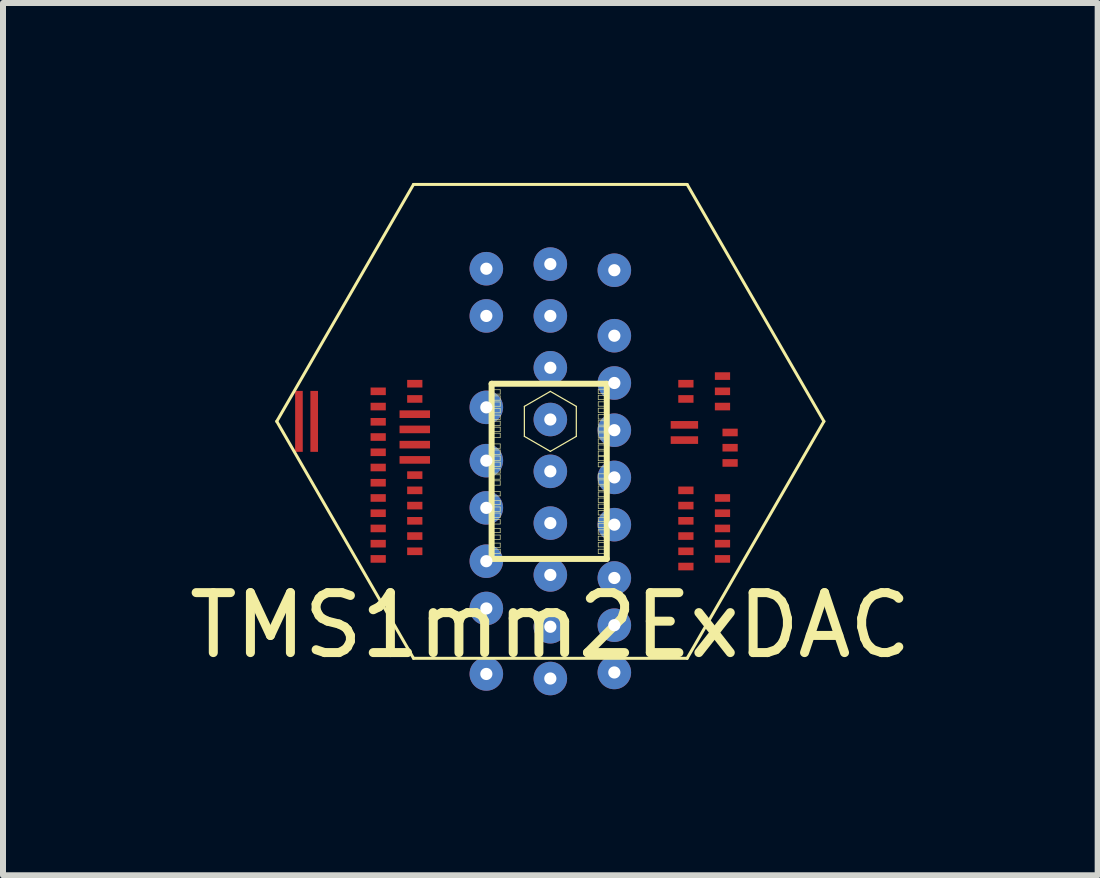
<source format=kicad_pcb>
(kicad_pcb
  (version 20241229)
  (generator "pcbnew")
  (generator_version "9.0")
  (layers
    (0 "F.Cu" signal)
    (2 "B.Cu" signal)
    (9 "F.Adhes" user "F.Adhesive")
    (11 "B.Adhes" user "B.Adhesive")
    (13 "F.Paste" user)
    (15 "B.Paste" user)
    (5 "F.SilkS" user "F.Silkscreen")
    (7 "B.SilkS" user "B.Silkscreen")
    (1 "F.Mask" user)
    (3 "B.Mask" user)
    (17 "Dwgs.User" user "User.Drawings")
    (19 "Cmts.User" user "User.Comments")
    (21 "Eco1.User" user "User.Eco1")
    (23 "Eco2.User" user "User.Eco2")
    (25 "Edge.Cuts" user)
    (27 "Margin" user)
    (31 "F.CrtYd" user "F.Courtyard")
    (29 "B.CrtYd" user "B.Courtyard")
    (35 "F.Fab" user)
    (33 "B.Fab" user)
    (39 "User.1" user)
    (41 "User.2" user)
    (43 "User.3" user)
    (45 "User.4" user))
  (footprint "TMS1mm2ExDAC"
    (layer "F.Cu")
    (at 6.125 3.975)
    (property "Reference" "TMS1mm2ExDAC" (at 0 3.4 0) (layer "F.SilkS") (effects (font (size 1 1) (thickness 0.15))))
    (attr through_hole)
    (fp_line (start -4.561 0) (end -2.281 -3.95) (stroke (width 0.05) (type solid)) (layer "F.SilkS"))
    (fp_line (start -2.281 -3.95) (end 2.281 -3.95) (stroke (width 0.05) (type solid)) (layer "F.SilkS"))
    (fp_line (start -2.281 3.95) (end -4.561 0) (stroke (width 0.05) (type solid)) (layer "F.SilkS"))
    (fp_line (start -0.979 -0.627) (end 0.941 -0.627) (stroke (width 0.1) (type solid)) (layer "F.SilkS"))
    (fp_line (start -0.979 2.293) (end -0.979 -0.627) (stroke (width 0.1) (type solid)) (layer "F.SilkS"))
    (fp_line (start -0.952 -0.527) (end -0.836 -0.527) (stroke (width 0.01) (type solid)) (layer "F.SilkS"))
    (fp_line (start -0.952 -0.455) (end -0.952 -0.527) (stroke (width 0.01) (type solid)) (layer "F.SilkS"))
    (fp_line (start -0.952 -0.425) (end -0.836 -0.425) (stroke (width 0.01) (type solid)) (layer "F.SilkS"))
    (fp_line (start -0.952 -0.353) (end -0.952 -0.425) (stroke (width 0.01) (type solid)) (layer "F.SilkS"))
    (fp_line (start -0.952 -0.324) (end -0.836 -0.324) (stroke (width 0.01) (type solid)) (layer "F.SilkS"))
    (fp_line (start -0.952 -0.252) (end -0.952 -0.324) (stroke (width 0.01) (type solid)) (layer "F.SilkS"))
    (fp_line (start -0.952 -0.214) (end -0.836 -0.214) (stroke (width 0.01) (type solid)) (layer "F.SilkS"))
    (fp_line (start -0.952 -0.142) (end -0.952 -0.214) (stroke (width 0.01) (type solid)) (layer "F.SilkS"))
    (fp_line (start -0.952 -0.105) (end -0.836 -0.105) (stroke (width 0.01) (type solid)) (layer "F.SilkS"))
    (fp_line (start -0.952 -0.033) (end -0.952 -0.105) (stroke (width 0.01) (type solid)) (layer "F.SilkS"))
    (fp_line (start -0.952 -0.004) (end -0.836 -0.004) (stroke (width 0.01) (type solid)) (layer "F.SilkS"))
    (fp_line (start -0.952 0.068) (end -0.952 -0.004) (stroke (width 0.01) (type solid)) (layer "F.SilkS"))
    (fp_line (start -0.952 0.096) (end -0.836 0.096) (stroke (width 0.01) (type solid)) (layer "F.SilkS"))
    (fp_line (start -0.952 0.168) (end -0.952 0.096) (stroke (width 0.01) (type solid)) (layer "F.SilkS"))
    (fp_line (start -0.952 0.197) (end -0.836 0.197) (stroke (width 0.01) (type solid)) (layer "F.SilkS"))
    (fp_line (start -0.952 0.269) (end -0.952 0.197) (stroke (width 0.01) (type solid)) (layer "F.SilkS"))
    (fp_line (start -0.952 0.376) (end -0.836 0.376) (stroke (width 0.01) (type solid)) (layer "F.SilkS"))
    (fp_line (start -0.952 0.448) (end -0.952 0.376) (stroke (width 0.01) (type solid)) (layer "F.SilkS"))
    (fp_line (start -0.952 0.477) (end -0.836 0.477) (stroke (width 0.01) (type solid)) (layer "F.SilkS"))
    (fp_line (start -0.952 0.549) (end -0.952 0.477) (stroke (width 0.01) (type solid)) (layer "F.SilkS"))
    (fp_line (start -0.952 0.578) (end -0.836 0.578) (stroke (width 0.01) (type solid)) (layer "F.SilkS"))
    (fp_line (start -0.952 0.65) (end -0.952 0.578) (stroke (width 0.01) (type solid)) (layer "F.SilkS"))
    (fp_line (start -0.952 0.679) (end -0.836 0.679) (stroke (width 0.01) (type solid)) (layer "F.SilkS"))
    (fp_line (start -0.952 0.751) (end -0.952 0.679) (stroke (width 0.01) (type solid)) (layer "F.SilkS"))
    (fp_line (start -0.952 0.79) (end -0.836 0.79) (stroke (width 0.01) (type solid)) (layer "F.SilkS"))
    (fp_line (start -0.952 0.862) (end -0.952 0.79) (stroke (width 0.01) (type solid)) (layer "F.SilkS"))
    (fp_line (start -0.952 0.891) (end -0.836 0.891) (stroke (width 0.01) (type solid)) (layer "F.SilkS"))
    (fp_line (start -0.952 0.963) (end -0.952 0.891) (stroke (width 0.01) (type solid)) (layer "F.SilkS"))
    (fp_line (start -0.952 0.991) (end -0.836 0.991) (stroke (width 0.01) (type solid)) (layer "F.SilkS"))
    (fp_line (start -0.952 1.063) (end -0.952 0.991) (stroke (width 0.01) (type solid)) (layer "F.SilkS"))
    (fp_line (start -0.952 1.171) (end -0.836 1.171) (stroke (width 0.01) (type solid)) (layer "F.SilkS"))
    (fp_line (start -0.952 1.243) (end -0.952 1.171) (stroke (width 0.01) (type solid)) (layer "F.SilkS"))
    (fp_line (start -0.952 1.316) (end -0.836 1.316) (stroke (width 0.01) (type solid)) (layer "F.SilkS"))
    (fp_line (start -0.952 1.388) (end -0.952 1.316) (stroke (width 0.01) (type solid)) (layer "F.SilkS"))
    (fp_line (start -0.952 1.427) (end -0.836 1.427) (stroke (width 0.01) (type solid)) (layer "F.SilkS"))
    (fp_line (start -0.952 1.499) (end -0.952 1.427) (stroke (width 0.01) (type solid)) (layer "F.SilkS"))
    (fp_line (start -0.952 1.528) (end -0.836 1.528) (stroke (width 0.01) (type solid)) (layer "F.SilkS"))
    (fp_line (start -0.952 1.6) (end -0.952 1.528) (stroke (width 0.01) (type solid)) (layer "F.SilkS"))
    (fp_line (start -0.952 1.639) (end -0.836 1.639) (stroke (width 0.01) (type solid)) (layer "F.SilkS"))
    (fp_line (start -0.952 1.711) (end -0.952 1.639) (stroke (width 0.01) (type solid)) (layer "F.SilkS"))
    (fp_line (start -0.952 1.784) (end -0.836 1.784) (stroke (width 0.01) (type solid)) (layer "F.SilkS"))
    (fp_line (start -0.952 1.856) (end -0.952 1.784) (stroke (width 0.01) (type solid)) (layer "F.SilkS"))
    (fp_line (start -0.952 1.895) (end -0.836 1.895) (stroke (width 0.01) (type solid)) (layer "F.SilkS"))
    (fp_line (start -0.952 1.967) (end -0.952 1.895) (stroke (width 0.01) (type solid)) (layer "F.SilkS"))
    (fp_line (start -0.952 2.029) (end -0.836 2.029) (stroke (width 0.01) (type solid)) (layer "F.SilkS"))
    (fp_line (start -0.952 2.101) (end -0.952 2.029) (stroke (width 0.01) (type solid)) (layer "F.SilkS"))
    (fp_line (start -0.952 2.13) (end -0.836 2.13) (stroke (width 0.01) (type solid)) (layer "F.SilkS"))
    (fp_line (start -0.952 2.202) (end -0.952 2.13) (stroke (width 0.01) (type solid)) (layer "F.SilkS"))
    (fp_line (start -0.836 -0.527) (end -0.836 -0.455) (stroke (width 0.01) (type solid)) (layer "F.SilkS"))
    (fp_line (start -0.836 -0.455) (end -0.952 -0.455) (stroke (width 0.01) (type solid)) (layer "F.SilkS"))
    (fp_line (start -0.836 -0.425) (end -0.836 -0.353) (stroke (width 0.01) (type solid)) (layer "F.SilkS"))
    (fp_line (start -0.836 -0.353) (end -0.952 -0.353) (stroke (width 0.01) (type solid)) (layer "F.SilkS"))
    (fp_line (start -0.836 -0.324) (end -0.836 -0.252) (stroke (width 0.01) (type solid)) (layer "F.SilkS"))
    (fp_line (start -0.836 -0.252) (end -0.952 -0.252) (stroke (width 0.01) (type solid)) (layer "F.SilkS"))
    (fp_line (start -0.836 -0.214) (end -0.836 -0.142) (stroke (width 0.01) (type solid)) (layer "F.SilkS"))
    (fp_line (start -0.836 -0.142) (end -0.952 -0.142) (stroke (width 0.01) (type solid)) (layer "F.SilkS"))
    (fp_line (start -0.836 -0.105) (end -0.836 -0.033) (stroke (width 0.01) (type solid)) (layer "F.SilkS"))
    (fp_line (start -0.836 -0.033) (end -0.952 -0.033) (stroke (width 0.01) (type solid)) (layer "F.SilkS"))
    (fp_line (start -0.836 -0.004) (end -0.836 0.068) (stroke (width 0.01) (type solid)) (layer "F.SilkS"))
    (fp_line (start -0.836 0.068) (end -0.952 0.068) (stroke (width 0.01) (type solid)) (layer "F.SilkS"))
    (fp_line (start -0.836 0.096) (end -0.836 0.168) (stroke (width 0.01) (type solid)) (layer "F.SilkS"))
    (fp_line (start -0.836 0.168) (end -0.952 0.168) (stroke (width 0.01) (type solid)) (layer "F.SilkS"))
    (fp_line (start -0.836 0.197) (end -0.836 0.269) (stroke (width 0.01) (type solid)) (layer "F.SilkS"))
    (fp_line (start -0.836 0.269) (end -0.952 0.269) (stroke (width 0.01) (type solid)) (layer "F.SilkS"))
    (fp_line (start -0.836 0.376) (end -0.836 0.448) (stroke (width 0.01) (type solid)) (layer "F.SilkS"))
    (fp_line (start -0.836 0.448) (end -0.952 0.448) (stroke (width 0.01) (type solid)) (layer "F.SilkS"))
    (fp_line (start -0.836 0.477) (end -0.836 0.549) (stroke (width 0.01) (type solid)) (layer "F.SilkS"))
    (fp_line (start -0.836 0.549) (end -0.952 0.549) (stroke (width 0.01) (type solid)) (layer "F.SilkS"))
    (fp_line (start -0.836 0.578) (end -0.836 0.65) (stroke (width 0.01) (type solid)) (layer "F.SilkS"))
    (fp_line (start -0.836 0.65) (end -0.952 0.65) (stroke (width 0.01) (type solid)) (layer "F.SilkS"))
    (fp_line (start -0.836 0.679) (end -0.836 0.751) (stroke (width 0.01) (type solid)) (layer "F.SilkS"))
    (fp_line (start -0.836 0.751) (end -0.952 0.751) (stroke (width 0.01) (type solid)) (layer "F.SilkS"))
    (fp_line (start -0.836 0.79) (end -0.836 0.862) (stroke (width 0.01) (type solid)) (layer "F.SilkS"))
    (fp_line (start -0.836 0.862) (end -0.952 0.862) (stroke (width 0.01) (type solid)) (layer "F.SilkS"))
    (fp_line (start -0.836 0.891) (end -0.836 0.963) (stroke (width 0.01) (type solid)) (layer "F.SilkS"))
    (fp_line (start -0.836 0.963) (end -0.952 0.963) (stroke (width 0.01) (type solid)) (layer "F.SilkS"))
    (fp_line (start -0.836 0.991) (end -0.836 1.063) (stroke (width 0.01) (type solid)) (layer "F.SilkS"))
    (fp_line (start -0.836 1.063) (end -0.952 1.063) (stroke (width 0.01) (type solid)) (layer "F.SilkS"))
    (fp_line (start -0.836 1.171) (end -0.836 1.243) (stroke (width 0.01) (type solid)) (layer "F.SilkS"))
    (fp_line (start -0.836 1.243) (end -0.952 1.243) (stroke (width 0.01) (type solid)) (layer "F.SilkS"))
    (fp_line (start -0.836 1.316) (end -0.836 1.388) (stroke (width 0.01) (type solid)) (layer "F.SilkS"))
    (fp_line (start -0.836 1.388) (end -0.952 1.388) (stroke (width 0.01) (type solid)) (layer "F.SilkS"))
    (fp_line (start -0.836 1.427) (end -0.836 1.499) (stroke (width 0.01) (type solid)) (layer "F.SilkS"))
    (fp_line (start -0.836 1.499) (end -0.952 1.499) (stroke (width 0.01) (type solid)) (layer "F.SilkS"))
    (fp_line (start -0.836 1.528) (end -0.836 1.6) (stroke (width 0.01) (type solid)) (layer "F.SilkS"))
    (fp_line (start -0.836 1.6) (end -0.952 1.6) (stroke (width 0.01) (type solid)) (layer "F.SilkS"))
    (fp_line (start -0.836 1.639) (end -0.836 1.711) (stroke (width 0.01) (type solid)) (layer "F.SilkS"))
    (fp_line (start -0.836 1.711) (end -0.952 1.711) (stroke (width 0.01) (type solid)) (layer "F.SilkS"))
    (fp_line (start -0.836 1.784) (end -0.836 1.856) (stroke (width 0.01) (type solid)) (layer "F.SilkS"))
    (fp_line (start -0.836 1.856) (end -0.952 1.856) (stroke (width 0.01) (type solid)) (layer "F.SilkS"))
    (fp_line (start -0.836 1.895) (end -0.836 1.967) (stroke (width 0.01) (type solid)) (layer "F.SilkS"))
    (fp_line (start -0.836 1.967) (end -0.952 1.967) (stroke (width 0.01) (type solid)) (layer "F.SilkS"))
    (fp_line (start -0.836 2.029) (end -0.836 2.101) (stroke (width 0.01) (type solid)) (layer "F.SilkS"))
    (fp_line (start -0.836 2.101) (end -0.952 2.101) (stroke (width 0.01) (type solid)) (layer "F.SilkS"))
    (fp_line (start -0.836 2.13) (end -0.836 2.202) (stroke (width 0.01) (type solid)) (layer "F.SilkS"))
    (fp_line (start -0.836 2.202) (end -0.952 2.202) (stroke (width 0.01) (type solid)) (layer "F.SilkS"))
    (fp_line (start -0.433 -0.25) (end 0 -0.5) (stroke (width 0.02) (type solid)) (layer "F.SilkS"))
    (fp_line (start -0.433 0.25) (end -0.433 -0.25) (stroke (width 0.02) (type solid)) (layer "F.SilkS"))
    (fp_line (start 0 -0.5) (end 0.433 -0.25) (stroke (width 0.02) (type solid)) (layer "F.SilkS"))
    (fp_line (start 0 0.5) (end -0.433 0.25) (stroke (width 0.02) (type solid)) (layer "F.SilkS"))
    (fp_line (start 0.433 -0.25) (end 0.433 0.25) (stroke (width 0.02) (type solid)) (layer "F.SilkS"))
    (fp_line (start 0.433 0.25) (end 0 0.5) (stroke (width 0.02) (type solid)) (layer "F.SilkS"))
    (fp_line (start 0.798 -0.537) (end 0.914 -0.537) (stroke (width 0.01) (type solid)) (layer "F.SilkS"))
    (fp_line (start 0.798 -0.465) (end 0.798 -0.537) (stroke (width 0.01) (type solid)) (layer "F.SilkS"))
    (fp_line (start 0.798 -0.436) (end 0.914 -0.436) (stroke (width 0.01) (type solid)) (layer "F.SilkS"))
    (fp_line (start 0.798 -0.364) (end 0.798 -0.436) (stroke (width 0.01) (type solid)) (layer "F.SilkS"))
    (fp_line (start 0.798 -0.326) (end 0.914 -0.326) (stroke (width 0.01) (type solid)) (layer "F.SilkS"))
    (fp_line (start 0.798 -0.254) (end 0.798 -0.326) (stroke (width 0.01) (type solid)) (layer "F.SilkS"))
    (fp_line (start 0.798 -0.22) (end 0.914 -0.22) (stroke (width 0.01) (type solid)) (layer "F.SilkS"))
    (fp_line (start 0.798 -0.148) (end 0.798 -0.22) (stroke (width 0.01) (type solid)) (layer "F.SilkS"))
    (fp_line (start 0.798 -0.111) (end 0.914 -0.111) (stroke (width 0.01) (type solid)) (layer "F.SilkS"))
    (fp_line (start 0.798 -0.039) (end 0.798 -0.111) (stroke (width 0.01) (type solid)) (layer "F.SilkS"))
    (fp_line (start 0.798 -0.01) (end 0.914 -0.01) (stroke (width 0.01) (type solid)) (layer "F.SilkS"))
    (fp_line (start 0.798 0.062) (end 0.798 -0.01) (stroke (width 0.01) (type solid)) (layer "F.SilkS"))
    (fp_line (start 0.798 0.091) (end 0.914 0.091) (stroke (width 0.01) (type solid)) (layer "F.SilkS"))
    (fp_line (start 0.798 0.163) (end 0.798 0.091) (stroke (width 0.01) (type solid)) (layer "F.SilkS"))
    (fp_line (start 0.798 0.192) (end 0.914 0.192) (stroke (width 0.01) (type solid)) (layer "F.SilkS"))
    (fp_line (start 0.798 0.264) (end 0.798 0.192) (stroke (width 0.01) (type solid)) (layer "F.SilkS"))
    (fp_line (start 0.798 0.293) (end 0.914 0.293) (stroke (width 0.01) (type solid)) (layer "F.SilkS"))
    (fp_line (start 0.798 0.365) (end 0.798 0.293) (stroke (width 0.01) (type solid)) (layer "F.SilkS"))
    (fp_line (start 0.798 0.393) (end 0.914 0.393) (stroke (width 0.01) (type solid)) (layer "F.SilkS"))
    (fp_line (start 0.798 0.465) (end 0.798 0.393) (stroke (width 0.01) (type solid)) (layer "F.SilkS"))
    (fp_line (start 0.798 0.494) (end 0.914 0.494) (stroke (width 0.01) (type solid)) (layer "F.SilkS"))
    (fp_line (start 0.798 0.566) (end 0.798 0.494) (stroke (width 0.01) (type solid)) (layer "F.SilkS"))
    (fp_line (start 0.798 0.585) (end 0.914 0.585) (stroke (width 0.01) (type solid)) (layer "F.SilkS"))
    (fp_line (start 0.798 0.657) (end 0.798 0.585) (stroke (width 0.01) (type solid)) (layer "F.SilkS"))
    (fp_line (start 0.798 0.686) (end 0.914 0.686) (stroke (width 0.01) (type solid)) (layer "F.SilkS"))
    (fp_line (start 0.798 0.758) (end 0.798 0.686) (stroke (width 0.01) (type solid)) (layer "F.SilkS"))
    (fp_line (start 0.798 0.875) (end 0.914 0.875) (stroke (width 0.01) (type solid)) (layer "F.SilkS"))
    (fp_line (start 0.798 0.947) (end 0.798 0.875) (stroke (width 0.01) (type solid)) (layer "F.SilkS"))
    (fp_line (start 0.798 0.976) (end 0.914 0.976) (stroke (width 0.01) (type solid)) (layer "F.SilkS"))
    (fp_line (start 0.798 1.048) (end 0.798 0.976) (stroke (width 0.01) (type solid)) (layer "F.SilkS"))
    (fp_line (start 0.798 1.077) (end 0.914 1.077) (stroke (width 0.01) (type solid)) (layer "F.SilkS"))
    (fp_line (start 0.798 1.149) (end 0.798 1.077) (stroke (width 0.01) (type solid)) (layer "F.SilkS"))
    (fp_line (start 0.798 1.177) (end 0.914 1.177) (stroke (width 0.01) (type solid)) (layer "F.SilkS"))
    (fp_line (start 0.798 1.249) (end 0.798 1.177) (stroke (width 0.01) (type solid)) (layer "F.SilkS"))
    (fp_line (start 0.798 1.278) (end 0.914 1.278) (stroke (width 0.01) (type solid)) (layer "F.SilkS"))
    (fp_line (start 0.798 1.35) (end 0.798 1.278) (stroke (width 0.01) (type solid)) (layer "F.SilkS"))
    (fp_line (start 0.798 1.379) (end 0.914 1.379) (stroke (width 0.01) (type solid)) (layer "F.SilkS"))
    (fp_line (start 0.798 1.451) (end 0.798 1.379) (stroke (width 0.01) (type solid)) (layer "F.SilkS"))
    (fp_line (start 0.798 1.488) (end 0.914 1.488) (stroke (width 0.01) (type solid)) (layer "F.SilkS"))
    (fp_line (start 0.798 1.56) (end 0.798 1.488) (stroke (width 0.01) (type solid)) (layer "F.SilkS"))
    (fp_line (start 0.798 1.598) (end 0.914 1.598) (stroke (width 0.01) (type solid)) (layer "F.SilkS"))
    (fp_line (start 0.798 1.67) (end 0.798 1.598) (stroke (width 0.01) (type solid)) (layer "F.SilkS"))
    (fp_line (start 0.798 1.698) (end 0.914 1.698) (stroke (width 0.01) (type solid)) (layer "F.SilkS"))
    (fp_line (start 0.798 1.77) (end 0.798 1.698) (stroke (width 0.01) (type solid)) (layer "F.SilkS"))
    (fp_line (start 0.798 1.808) (end 0.914 1.808) (stroke (width 0.01) (type solid)) (layer "F.SilkS"))
    (fp_line (start 0.798 1.88) (end 0.798 1.808) (stroke (width 0.01) (type solid)) (layer "F.SilkS"))
    (fp_line (start 0.798 1.914) (end 0.914 1.914) (stroke (width 0.01) (type solid)) (layer "F.SilkS"))
    (fp_line (start 0.798 1.986) (end 0.798 1.914) (stroke (width 0.01) (type solid)) (layer "F.SilkS"))
    (fp_line (start 0.798 2.021) (end 0.914 2.021) (stroke (width 0.01) (type solid)) (layer "F.SilkS"))
    (fp_line (start 0.798 2.093) (end 0.798 2.021) (stroke (width 0.01) (type solid)) (layer "F.SilkS"))
    (fp_line (start 0.798 2.13) (end 0.914 2.13) (stroke (width 0.01) (type solid)) (layer "F.SilkS"))
    (fp_line (start 0.798 2.202) (end 0.798 2.13) (stroke (width 0.01) (type solid)) (layer "F.SilkS"))
    (fp_line (start 0.914 -0.537) (end 0.914 -0.465) (stroke (width 0.01) (type solid)) (layer "F.SilkS"))
    (fp_line (start 0.914 -0.465) (end 0.798 -0.465) (stroke (width 0.01) (type solid)) (layer "F.SilkS"))
    (fp_line (start 0.914 -0.436) (end 0.914 -0.364) (stroke (width 0.01) (type solid)) (layer "F.SilkS"))
    (fp_line (start 0.914 -0.364) (end 0.798 -0.364) (stroke (width 0.01) (type solid)) (layer "F.SilkS"))
    (fp_line (start 0.914 -0.326) (end 0.914 -0.254) (stroke (width 0.01) (type solid)) (layer "F.SilkS"))
    (fp_line (start 0.914 -0.254) (end 0.798 -0.254) (stroke (width 0.01) (type solid)) (layer "F.SilkS"))
    (fp_line (start 0.914 -0.22) (end 0.914 -0.148) (stroke (width 0.01) (type solid)) (layer "F.SilkS"))
    (fp_line (start 0.914 -0.148) (end 0.798 -0.148) (stroke (width 0.01) (type solid)) (layer "F.SilkS"))
    (fp_line (start 0.914 -0.111) (end 0.914 -0.039) (stroke (width 0.01) (type solid)) (layer "F.SilkS"))
    (fp_line (start 0.914 -0.039) (end 0.798 -0.039) (stroke (width 0.01) (type solid)) (layer "F.SilkS"))
    (fp_line (start 0.914 -0.01) (end 0.914 0.062) (stroke (width 0.01) (type solid)) (layer "F.SilkS"))
    (fp_line (start 0.914 0.062) (end 0.798 0.062) (stroke (width 0.01) (type solid)) (layer "F.SilkS"))
    (fp_line (start 0.914 0.091) (end 0.914 0.163) (stroke (width 0.01) (type solid)) (layer "F.SilkS"))
    (fp_line (start 0.914 0.163) (end 0.798 0.163) (stroke (width 0.01) (type solid)) (layer "F.SilkS"))
    (fp_line (start 0.914 0.192) (end 0.914 0.264) (stroke (width 0.01) (type solid)) (layer "F.SilkS"))
    (fp_line (start 0.914 0.264) (end 0.798 0.264) (stroke (width 0.01) (type solid)) (layer "F.SilkS"))
    (fp_line (start 0.914 0.293) (end 0.914 0.365) (stroke (width 0.01) (type solid)) (layer "F.SilkS"))
    (fp_line (start 0.914 0.365) (end 0.798 0.365) (stroke (width 0.01) (type solid)) (layer "F.SilkS"))
    (fp_line (start 0.914 0.393) (end 0.914 0.465) (stroke (width 0.01) (type solid)) (layer "F.SilkS"))
    (fp_line (start 0.914 0.465) (end 0.798 0.465) (stroke (width 0.01) (type solid)) (layer "F.SilkS"))
    (fp_line (start 0.914 0.494) (end 0.914 0.566) (stroke (width 0.01) (type solid)) (layer "F.SilkS"))
    (fp_line (start 0.914 0.566) (end 0.798 0.566) (stroke (width 0.01) (type solid)) (layer "F.SilkS"))
    (fp_line (start 0.914 0.585) (end 0.914 0.657) (stroke (width 0.01) (type solid)) (layer "F.SilkS"))
    (fp_line (start 0.914 0.657) (end 0.798 0.657) (stroke (width 0.01) (type solid)) (layer "F.SilkS"))
    (fp_line (start 0.914 0.686) (end 0.914 0.758) (stroke (width 0.01) (type solid)) (layer "F.SilkS"))
    (fp_line (start 0.914 0.758) (end 0.798 0.758) (stroke (width 0.01) (type solid)) (layer "F.SilkS"))
    (fp_line (start 0.914 0.875) (end 0.914 0.947) (stroke (width 0.01) (type solid)) (layer "F.SilkS"))
    (fp_line (start 0.914 0.947) (end 0.798 0.947) (stroke (width 0.01) (type solid)) (layer "F.SilkS"))
    (fp_line (start 0.914 0.976) (end 0.914 1.048) (stroke (width 0.01) (type solid)) (layer "F.SilkS"))
    (fp_line (start 0.914 1.048) (end 0.798 1.048) (stroke (width 0.01) (type solid)) (layer "F.SilkS"))
    (fp_line (start 0.914 1.077) (end 0.914 1.149) (stroke (width 0.01) (type solid)) (layer "F.SilkS"))
    (fp_line (start 0.914 1.149) (end 0.798 1.149) (stroke (width 0.01) (type solid)) (layer "F.SilkS"))
    (fp_line (start 0.914 1.177) (end 0.914 1.249) (stroke (width 0.01) (type solid)) (layer "F.SilkS"))
    (fp_line (start 0.914 1.249) (end 0.798 1.249) (stroke (width 0.01) (type solid)) (layer "F.SilkS"))
    (fp_line (start 0.914 1.278) (end 0.914 1.35) (stroke (width 0.01) (type solid)) (layer "F.SilkS"))
    (fp_line (start 0.914 1.35) (end 0.798 1.35) (stroke (width 0.01) (type solid)) (layer "F.SilkS"))
    (fp_line (start 0.914 1.379) (end 0.914 1.451) (stroke (width 0.01) (type solid)) (layer "F.SilkS"))
    (fp_line (start 0.914 1.451) (end 0.798 1.451) (stroke (width 0.01) (type solid)) (layer "F.SilkS"))
    (fp_line (start 0.914 1.488) (end 0.914 1.56) (stroke (width 0.01) (type solid)) (layer "F.SilkS"))
    (fp_line (start 0.914 1.56) (end 0.798 1.56) (stroke (width 0.01) (type solid)) (layer "F.SilkS"))
    (fp_line (start 0.914 1.598) (end 0.914 1.67) (stroke (width 0.01) (type solid)) (layer "F.SilkS"))
    (fp_line (start 0.914 1.67) (end 0.798 1.67) (stroke (width 0.01) (type solid)) (layer "F.SilkS"))
    (fp_line (start 0.914 1.698) (end 0.914 1.77) (stroke (width 0.01) (type solid)) (layer "F.SilkS"))
    (fp_line (start 0.914 1.77) (end 0.798 1.77) (stroke (width 0.01) (type solid)) (layer "F.SilkS"))
    (fp_line (start 0.914 1.808) (end 0.914 1.88) (stroke (width 0.01) (type solid)) (layer "F.SilkS"))
    (fp_line (start 0.914 1.88) (end 0.798 1.88) (stroke (width 0.01) (type solid)) (layer "F.SilkS"))
    (fp_line (start 0.914 1.914) (end 0.914 1.986) (stroke (width 0.01) (type solid)) (layer "F.SilkS"))
    (fp_line (start 0.914 1.986) (end 0.798 1.986) (stroke (width 0.01) (type solid)) (layer "F.SilkS"))
    (fp_line (start 0.914 2.021) (end 0.914 2.093) (stroke (width 0.01) (type solid)) (layer "F.SilkS"))
    (fp_line (start 0.914 2.093) (end 0.798 2.093) (stroke (width 0.01) (type solid)) (layer "F.SilkS"))
    (fp_line (start 0.914 2.13) (end 0.914 2.202) (stroke (width 0.01) (type solid)) (layer "F.SilkS"))
    (fp_line (start 0.914 2.202) (end 0.798 2.202) (stroke (width 0.01) (type solid)) (layer "F.SilkS"))
    (fp_line (start 0.941 -0.627) (end 0.941 2.293) (stroke (width 0.1) (type solid)) (layer "F.SilkS"))
    (fp_line (start 0.941 2.293) (end -0.979 2.293) (stroke (width 0.1) (type solid)) (layer "F.SilkS"))
    (fp_line (start 2.281 -3.95) (end 4.561 0) (stroke (width 0.05) (type solid)) (layer "F.SilkS"))
    (fp_line (start 2.281 3.95) (end -2.281 3.95) (stroke (width 0.05) (type solid)) (layer "F.SilkS"))
    (fp_line (start 4.561 0) (end 2.281 3.95) (stroke (width 0.05) (type solid)) (layer "F.SilkS"))
    (pad "1" smd rect (at -2.26 -0.628 90) (size 0.127 0.254) (layers "F.Cu" "F.Mask"))
    (pad "1" thru_hole circle (at 0 -0.894) (size 0.559 0.559) (drill 0.203) (layers "*.Cu"))
    (pad "2" smd rect (at -2.87 -0.501 90) (size 0.127 0.254) (layers "F.Cu" "F.Mask"))
    (pad "2" thru_hole circle (at 0 -1.758) (size 0.559 0.559) (drill 0.203) (layers "*.Cu"))
    (pad "3" smd rect (at -2.26 -0.374 90) (size 0.127 0.254) (layers "F.Cu" "F.Mask"))
    (pad "3" thru_hole circle (at 0 -0.031) (size 0.559 0.559) (drill 0.203) (layers "*.Cu"))
    (pad "4" smd rect (at -2.87 -0.247 90) (size 0.127 0.254) (layers "F.Cu" "F.Mask"))
    (pad "4" thru_hole circle (at 0 -2.622) (size 0.559 0.559) (drill 0.203) (layers "*.Cu"))
    (pad "5" smd rect (at -2.26 -0.12 90) (size 0.127 0.508) (layers "F.Cu" "F.Mask"))
    (pad "6" smd rect (at -2.87 0.007 90) (size 0.127 0.254) (layers "F.Cu" "F.Mask"))
    (pad "7" smd rect (at -2.26 0.134 90) (size 0.127 0.508) (layers "F.Cu" "F.Mask"))
    (pad "8" smd rect (at -2.87 0.261 90) (size 0.127 0.254) (layers "F.Cu" "F.Mask"))
    (pad "9" smd rect (at -2.26 0.388 90) (size 0.127 0.508) (layers "F.Cu" "F.Mask"))
    (pad "10" smd rect (at -2.87 0.515 90) (size 0.127 0.254) (layers "F.Cu" "F.Mask"))
    (pad "11" smd rect (at -2.26 0.642 90) (size 0.127 0.508) (layers "F.Cu" "F.Mask"))
    (pad "12" smd rect (at -2.87 0.769 90) (size 0.127 0.254) (layers "F.Cu" "F.Mask"))
    (pad "13" smd rect (at -2.26 0.896 90) (size 0.127 0.254) (layers "F.Cu" "F.Mask"))
    (pad "13" thru_hole circle (at -1.067 -0.234) (size 0.559 0.559) (drill 0.203) (layers "*.Cu"))
    (pad "14" smd rect (at -2.87 1.023 90) (size 0.127 0.254) (layers "F.Cu" "F.Mask"))
    (pad "14" thru_hole circle (at -1.067 -1.758) (size 0.559 0.559) (drill 0.203) (layers "*.Cu"))
    (pad "15" smd rect (at -2.26 1.15 90) (size 0.127 0.254) (layers "F.Cu" "F.Mask"))
    (pad "15" thru_hole circle (at 0 0.833) (size 0.559 0.559) (drill 0.203) (layers "*.Cu"))
    (pad "16" smd rect (at -2.87 1.277 90) (size 0.127 0.254) (layers "F.Cu" "F.Mask"))
    (pad "16" thru_hole circle (at -1.067 -2.545) (size 0.559 0.559) (drill 0.203) (layers "*.Cu"))
    (pad "17" smd rect (at -2.26 1.404 90) (size 0.127 0.254) (layers "F.Cu" "F.Mask"))
    (pad "17" thru_hole circle (at -1.067 0.655) (size 0.559 0.559) (drill 0.203) (layers "*.Cu"))
    (pad "18" smd rect (at -2.87 1.531 90) (size 0.127 0.254) (layers "F.Cu" "F.Mask"))
    (pad "18" thru_hole circle (at -1.067 4.211) (size 0.559 0.559) (drill 0.203) (layers "*.Cu"))
    (pad "19" smd rect (at -2.26 1.658 90) (size 0.127 0.254) (layers "F.Cu" "F.Mask"))
    (pad "19" thru_hole circle (at -1.067 1.442) (size 0.559 0.559) (drill 0.203) (layers "*.Cu"))
    (pad "20" smd rect (at -2.87 1.785 90) (size 0.127 0.254) (layers "F.Cu" "F.Mask"))
    (pad "20" thru_hole circle (at 0 4.287) (size 0.559 0.559) (drill 0.203) (layers "*.Cu"))
    (pad "21" smd rect (at -2.26 1.912 90) (size 0.127 0.254) (layers "F.Cu" "F.Mask"))
    (pad "21" thru_hole circle (at 0 2.56) (size 0.559 0.559) (drill 0.203) (layers "*.Cu"))
    (pad "22" smd rect (at -2.87 2.039 90) (size 0.127 0.254) (layers "F.Cu" "F.Mask"))
    (pad "22" thru_hole circle (at -1.067 3.119) (size 0.559 0.559) (drill 0.203) (layers "*.Cu"))
    (pad "23" smd rect (at -2.26 2.166 90) (size 0.127 0.254) (layers "F.Cu" "F.Mask"))
    (pad "23" thru_hole circle (at -1.067 2.331) (size 0.559 0.559) (drill 0.203) (layers "*.Cu"))
    (pad "24" smd rect (at -2.87 2.293 90) (size 0.127 0.254) (layers "F.Cu" "F.Mask"))
    (pad "24" thru_hole circle (at 0 3.424) (size 0.559 0.559) (drill 0.203) (layers "*.Cu"))
    (pad "25" thru_hole circle (at 1.067 2.611) (size 0.559 0.559) (drill 0.203) (layers "*.Cu"))
    (pad "25" smd rect (at 2.26 2.42 90) (size 0.127 0.254) (layers "F.Cu" "F.Mask"))
    (pad "26" thru_hole circle (at 1.067 4.186) (size 0.559 0.559) (drill 0.203) (layers "*.Cu"))
    (pad "26" smd rect (at 2.87 2.293 90) (size 0.127 0.254) (layers "F.Cu" "F.Mask"))
    (pad "27" thru_hole circle (at 0 1.696) (size 0.559 0.559) (drill 0.203) (layers "*.Cu"))
    (pad "27" smd rect (at 2.26 2.166 90) (size 0.127 0.254) (layers "F.Cu" "F.Mask"))
    (pad "28" thru_hole circle (at 1.067 3.398) (size 0.559 0.559) (drill 0.203) (layers "*.Cu"))
    (pad "28" smd rect (at 2.87 2.039 90) (size 0.127 0.254) (layers "F.Cu" "F.Mask"))
    (pad "29" smd rect (at 2.26 1.912 90) (size 0.127 0.254) (layers "F.Cu" "F.Mask"))
    (pad "30" smd rect (at 2.87 1.785 90) (size 0.127 0.254) (layers "F.Cu" "F.Mask"))
    (pad "31" thru_hole circle (at 1.067 1.722) (size 0.559 0.559) (drill 0.203) (layers "*.Cu"))
    (pad "31" smd rect (at 2.26 1.658 90) (size 0.127 0.254) (layers "F.Cu" "F.Mask"))
    (pad "32" thru_hole circle (at 1.067 -1.428) (size 0.559 0.559) (drill 0.203) (layers "*.Cu"))
    (pad "32" smd rect (at 2.87 1.531 90) (size 0.127 0.254) (layers "F.Cu" "F.Mask"))
    (pad "33" thru_hole circle (at 1.067 0.934) (size 0.559 0.559) (drill 0.203) (layers "*.Cu"))
    (pad "33" smd rect (at 2.26 1.404 90) (size 0.127 0.254) (layers "F.Cu" "F.Mask"))
    (pad "34" thru_hole circle (at 1.067 -0.64) (size 0.559 0.559) (drill 0.203) (layers "*.Cu"))
    (pad "34" smd rect (at 2.87 1.277 90) (size 0.127 0.254) (layers "F.Cu" "F.Mask"))
    (pad "35" thru_hole circle (at 1.067 0.147) (size 0.559 0.559) (drill 0.203) (layers "*.Cu"))
    (pad "35" smd rect (at 2.26 1.15 90) (size 0.127 0.254) (layers "F.Cu" "F.Mask"))
    (pad "40" thru_hole circle (at 1.067 -2.52) (size 0.559 0.559) (drill 0.203) (layers "*.Cu"))
    (pad "40" smd rect (at 2.997 0.693 90) (size 0.127 0.254) (layers "F.Cu" "F.Mask"))
    (pad "41" smd rect (at -3.937 0) (size 0.127 1.016) (layers "F.Cu" "F.Mask"))
    (pad "41" smd rect (at 2.997 0.439 90) (size 0.127 0.254) (layers "F.Cu" "F.Mask"))
    (pad "42" smd rect (at 2.26 0.312 90) (size 0.127 0.457) (drill (offset 0 -0.025)) (layers "F.Cu" "F.Mask"))
    (pad "43" smd rect (at -4.191 0 180) (size 0.127 1.016) (layers "F.Cu" "F.Mask"))
    (pad "43" smd rect (at 2.997 0.185 90) (size 0.127 0.254) (layers "F.Cu" "F.Mask"))
    (pad "44" smd rect (at 2.26 0.058 90) (size 0.127 0.457) (drill (offset 0 -0.025)) (layers "F.Cu" "F.Mask"))
    (pad "46" smd rect (at 2.87 -0.247 90) (size 0.127 0.254) (layers "F.Cu" "F.Mask"))
    (pad "47" smd rect (at 2.26 -0.374 90) (size 0.127 0.254) (layers "F.Cu" "F.Mask"))
    (pad "48" smd rect (at 2.87 -0.501 90) (size 0.127 0.254) (layers "F.Cu" "F.Mask"))
    (pad "49" smd rect (at 2.26 -0.628 90) (size 0.127 0.254) (layers "F.Cu" "F.Mask"))
    (pad "50" smd rect (at 2.87 -0.755 90) (size 0.127 0.254) (layers "F.Cu" "F.Mask")))
  (gr_rect
    (start -3 -3)
    (end 15.25 11.542)
    (stroke (width 0.1) (type default))
    (fill no)
    (layer "Edge.Cuts")))
</source>
